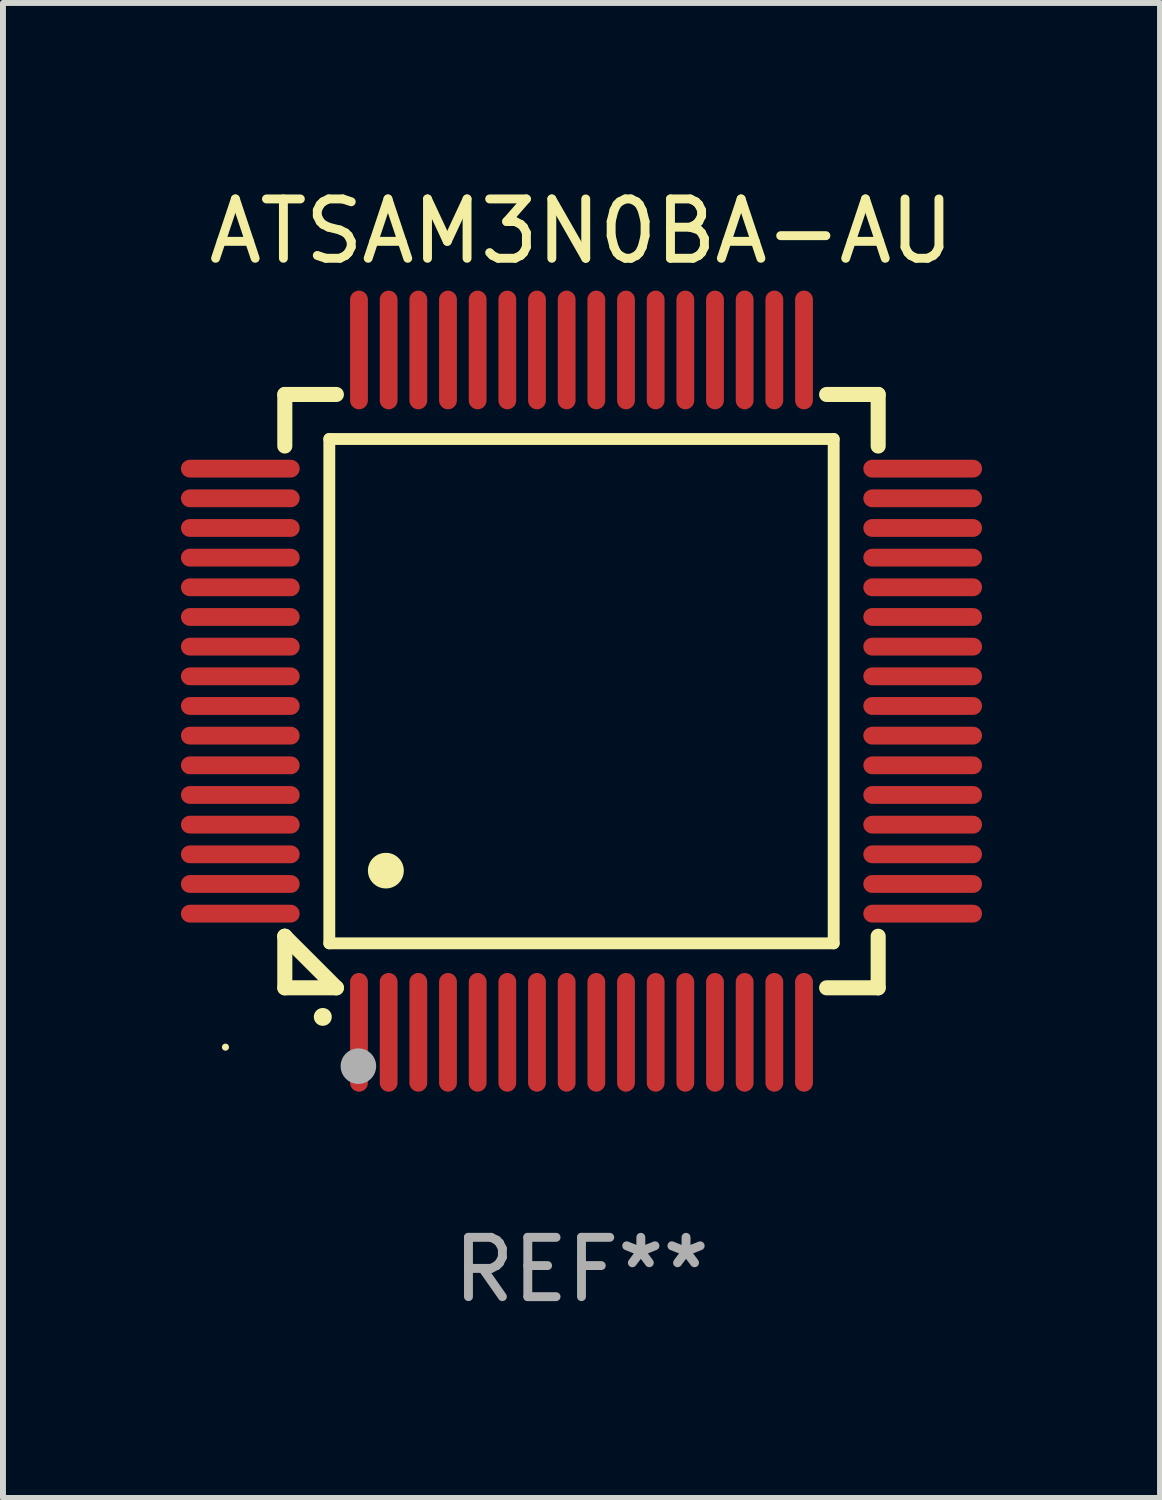
<source format=kicad_pcb>
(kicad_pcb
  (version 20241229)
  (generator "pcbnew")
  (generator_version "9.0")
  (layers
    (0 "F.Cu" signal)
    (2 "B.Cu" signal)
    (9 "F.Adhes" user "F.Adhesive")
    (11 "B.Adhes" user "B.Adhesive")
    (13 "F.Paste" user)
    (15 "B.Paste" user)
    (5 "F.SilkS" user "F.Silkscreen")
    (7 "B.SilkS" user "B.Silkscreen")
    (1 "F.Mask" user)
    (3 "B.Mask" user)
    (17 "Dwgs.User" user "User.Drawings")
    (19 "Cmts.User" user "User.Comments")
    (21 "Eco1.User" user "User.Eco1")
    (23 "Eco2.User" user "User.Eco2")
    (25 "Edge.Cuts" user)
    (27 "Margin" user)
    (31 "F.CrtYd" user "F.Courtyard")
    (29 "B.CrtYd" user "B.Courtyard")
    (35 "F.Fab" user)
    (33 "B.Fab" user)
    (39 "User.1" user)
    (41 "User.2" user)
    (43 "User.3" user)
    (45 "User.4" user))
  (footprint "ATSAM3N0BA-AU"
    (layer "F.Cu")
    (at 6.75 8.598)
    (property "Reference" "ATSAM3N0BA-AU" (at 0 -7.75 0) (layer "F.SilkS") (effects (font (size 1 1) (thickness 0.15))))
    (attr through_hole)
    (fp_line (start -5 -5) (end -4.131 -5) (stroke (width 0.254) (type solid)) (layer "F.SilkS"))
    (fp_line (start -5 -4.131) (end -5 -5) (stroke (width 0.254) (type solid)) (layer "F.SilkS"))
    (fp_line (start -5 4.131) (end -5 4.131) (stroke (width 0.254) (type solid)) (layer "F.SilkS"))
    (fp_line (start -5 5) (end -5 4.131) (stroke (width 0.254) (type solid)) (layer "F.SilkS"))
    (fp_line (start -5 4.131) (end -4.131 5) (stroke (width 0.254) (type solid)) (layer "F.SilkS"))
    (fp_line (start -4.25 -4.25) (end -4.25 4.25) (stroke (width 0.2) (type solid)) (layer "F.SilkS"))
    (fp_line (start -4.25 4.25) (end 4.25 4.25) (stroke (width 0.2) (type solid)) (layer "F.SilkS"))
    (fp_line (start -4.131 5) (end -5 5) (stroke (width 0.254) (type solid)) (layer "F.SilkS"))
    (fp_line (start 4.25 -4.25) (end -4.25 -4.25) (stroke (width 0.2) (type solid)) (layer "F.SilkS"))
    (fp_line (start 4.25 4.25) (end 4.25 -4.25) (stroke (width 0.2) (type solid)) (layer "F.SilkS"))
    (fp_line (start 5 -5) (end 4.131 -5) (stroke (width 0.254) (type solid)) (layer "F.SilkS"))
    (fp_line (start 5 -5) (end 5 -4.131) (stroke (width 0.254) (type solid)) (layer "F.SilkS"))
    (fp_line (start 5 4.131) (end 5 5) (stroke (width 0.254) (type solid)) (layer "F.SilkS"))
    (fp_line (start 5 5) (end 4.131 5) (stroke (width 0.254) (type solid)) (layer "F.SilkS"))
    (fp_arc (start -4.361265 5.489992) (mid -4.359995 5.489987) (end -4.358725 5.489992) (stroke (width 0.3) (type solid)) (layer "F.SilkS"))
    (fp_arc (start -3.299467 3.025146) (mid -3.296927 3.025135) (end -3.294387 3.025146) (stroke (width 0.6) (type solid)) (layer "F.SilkS"))
    (fp_circle (center -6 6) (end -5.97 6) (stroke (width 0.06) (type solid)) (fill no) (layer "F.SilkS"))
    (fp_circle (center -3.76 6.32) (end -3.61 6.32) (stroke (width 0.3) (type solid)) (fill no) (layer "F.Fab"))
    (fp_text user "REF**" (at 0 9.75 0) (layer "F.Fab") (effects (font (size 1 1) (thickness 0.15))))
    (pad "1" smd oval (at -3.75 5.75) (size 0.3 2) (layers "F.Cu" "F.Mask" "F.Paste"))
    (pad "2" smd oval (at -3.25 5.75) (size 0.3 2) (layers "F.Cu" "F.Mask" "F.Paste"))
    (pad "3" smd oval (at -2.75 5.75) (size 0.3 2) (layers "F.Cu" "F.Mask" "F.Paste"))
    (pad "4" smd oval (at -2.25 5.75) (size 0.3 2) (layers "F.Cu" "F.Mask" "F.Paste"))
    (pad "5" smd oval (at -1.75 5.75) (size 0.3 2) (layers "F.Cu" "F.Mask" "F.Paste"))
    (pad "6" smd oval (at -1.25 5.75) (size 0.3 2) (layers "F.Cu" "F.Mask" "F.Paste"))
    (pad "7" smd oval (at -0.75 5.75) (size 0.3 2) (layers "F.Cu" "F.Mask" "F.Paste"))
    (pad "8" smd oval (at -0.25 5.75) (size 0.3 2) (layers "F.Cu" "F.Mask" "F.Paste"))
    (pad "9" smd oval (at 0.25 5.75) (size 0.3 2) (layers "F.Cu" "F.Mask" "F.Paste"))
    (pad "10" smd oval (at 0.75 5.75) (size 0.3 2) (layers "F.Cu" "F.Mask" "F.Paste"))
    (pad "11" smd oval (at 1.25 5.75) (size 0.3 2) (layers "F.Cu" "F.Mask" "F.Paste"))
    (pad "12" smd oval (at 1.75 5.75) (size 0.3 2) (layers "F.Cu" "F.Mask" "F.Paste"))
    (pad "13" smd oval (at 2.25 5.75) (size 0.3 2) (layers "F.Cu" "F.Mask" "F.Paste"))
    (pad "14" smd oval (at 2.75 5.75) (size 0.3 2) (layers "F.Cu" "F.Mask" "F.Paste"))
    (pad "15" smd oval (at 3.25 5.75) (size 0.3 2) (layers "F.Cu" "F.Mask" "F.Paste"))
    (pad "16" smd oval (at 3.75 5.75) (size 0.3 2) (layers "F.Cu" "F.Mask" "F.Paste"))
    (pad "17" smd oval (at 5.75 3.75) (size 2 0.3) (layers "F.Cu" "F.Mask" "F.Paste"))
    (pad "18" smd oval (at 5.75 3.25) (size 2 0.3) (layers "F.Cu" "F.Mask" "F.Paste"))
    (pad "19" smd oval (at 5.75 2.75) (size 2 0.3) (layers "F.Cu" "F.Mask" "F.Paste"))
    (pad "20" smd oval (at 5.75 2.25) (size 2 0.3) (layers "F.Cu" "F.Mask" "F.Paste"))
    (pad "21" smd oval (at 5.75 1.75) (size 2 0.3) (layers "F.Cu" "F.Mask" "F.Paste"))
    (pad "22" smd oval (at 5.75 1.25) (size 2 0.3) (layers "F.Cu" "F.Mask" "F.Paste"))
    (pad "23" smd oval (at 5.75 0.75) (size 2 0.3) (layers "F.Cu" "F.Mask" "F.Paste"))
    (pad "24" smd oval (at 5.75 0.25) (size 2 0.3) (layers "F.Cu" "F.Mask" "F.Paste"))
    (pad "25" smd oval (at 5.75 -0.25) (size 2 0.3) (layers "F.Cu" "F.Mask" "F.Paste"))
    (pad "26" smd oval (at 5.75 -0.75) (size 2 0.3) (layers "F.Cu" "F.Mask" "F.Paste"))
    (pad "27" smd oval (at 5.75 -1.25) (size 2 0.3) (layers "F.Cu" "F.Mask" "F.Paste"))
    (pad "28" smd oval (at 5.75 -1.75) (size 2 0.3) (layers "F.Cu" "F.Mask" "F.Paste"))
    (pad "29" smd oval (at 5.75 -2.25) (size 2 0.3) (layers "F.Cu" "F.Mask" "F.Paste"))
    (pad "30" smd oval (at 5.75 -2.75) (size 2 0.3) (layers "F.Cu" "F.Mask" "F.Paste"))
    (pad "31" smd oval (at 5.75 -3.25) (size 2 0.3) (layers "F.Cu" "F.Mask" "F.Paste"))
    (pad "32" smd oval (at 5.75 -3.75) (size 2 0.3) (layers "F.Cu" "F.Mask" "F.Paste"))
    (pad "33" smd oval (at 3.75 -5.75) (size 0.3 2) (layers "F.Cu" "F.Mask" "F.Paste"))
    (pad "34" smd oval (at 3.25 -5.75) (size 0.3 2) (layers "F.Cu" "F.Mask" "F.Paste"))
    (pad "35" smd oval (at 2.75 -5.75) (size 0.3 2) (layers "F.Cu" "F.Mask" "F.Paste"))
    (pad "36" smd oval (at 2.25 -5.75) (size 0.3 2) (layers "F.Cu" "F.Mask" "F.Paste"))
    (pad "37" smd oval (at 1.75 -5.75) (size 0.3 2) (layers "F.Cu" "F.Mask" "F.Paste"))
    (pad "38" smd oval (at 1.25 -5.75) (size 0.3 2) (layers "F.Cu" "F.Mask" "F.Paste"))
    (pad "39" smd oval (at 0.75 -5.75) (size 0.3 2) (layers "F.Cu" "F.Mask" "F.Paste"))
    (pad "40" smd oval (at 0.25 -5.75) (size 0.3 2) (layers "F.Cu" "F.Mask" "F.Paste"))
    (pad "41" smd oval (at -0.25 -5.75) (size 0.3 2) (layers "F.Cu" "F.Mask" "F.Paste"))
    (pad "42" smd oval (at -0.75 -5.75) (size 0.3 2) (layers "F.Cu" "F.Mask" "F.Paste"))
    (pad "43" smd oval (at -1.25 -5.75) (size 0.3 2) (layers "F.Cu" "F.Mask" "F.Paste"))
    (pad "44" smd oval (at -1.75 -5.75) (size 0.3 2) (layers "F.Cu" "F.Mask" "F.Paste"))
    (pad "45" smd oval (at -2.25 -5.75) (size 0.3 2) (layers "F.Cu" "F.Mask" "F.Paste"))
    (pad "46" smd oval (at -2.75 -5.75) (size 0.3 2) (layers "F.Cu" "F.Mask" "F.Paste"))
    (pad "47" smd oval (at -3.25 -5.75) (size 0.3 2) (layers "F.Cu" "F.Mask" "F.Paste"))
    (pad "48" smd oval (at -3.75 -5.75) (size 0.3 2) (layers "F.Cu" "F.Mask" "F.Paste"))
    (pad "49" smd oval (at -5.75 -3.75) (size 2 0.3) (layers "F.Cu" "F.Mask" "F.Paste"))
    (pad "50" smd oval (at -5.75 -3.25) (size 2 0.3) (layers "F.Cu" "F.Mask" "F.Paste"))
    (pad "51" smd oval (at -5.75 -2.75) (size 2 0.3) (layers "F.Cu" "F.Mask" "F.Paste"))
    (pad "52" smd oval (at -5.75 -2.25) (size 2 0.3) (layers "F.Cu" "F.Mask" "F.Paste"))
    (pad "53" smd oval (at -5.75 -1.75) (size 2 0.3) (layers "F.Cu" "F.Mask" "F.Paste"))
    (pad "54" smd oval (at -5.75 -1.25) (size 2 0.3) (layers "F.Cu" "F.Mask" "F.Paste"))
    (pad "55" smd oval (at -5.75 -0.75) (size 2 0.3) (layers "F.Cu" "F.Mask" "F.Paste"))
    (pad "56" smd oval (at -5.75 -0.25) (size 2 0.3) (layers "F.Cu" "F.Mask" "F.Paste"))
    (pad "57" smd oval (at -5.75 0.25) (size 2 0.3) (layers "F.Cu" "F.Mask" "F.Paste"))
    (pad "58" smd oval (at -5.75 0.75) (size 2 0.3) (layers "F.Cu" "F.Mask" "F.Paste"))
    (pad "59" smd oval (at -5.75 1.25) (size 2 0.3) (layers "F.Cu" "F.Mask" "F.Paste"))
    (pad "60" smd oval (at -5.75 1.75) (size 2 0.3) (layers "F.Cu" "F.Mask" "F.Paste"))
    (pad "61" smd oval (at -5.75 2.25) (size 2 0.3) (layers "F.Cu" "F.Mask" "F.Paste"))
    (pad "62" smd oval (at -5.75 2.75) (size 2 0.3) (layers "F.Cu" "F.Mask" "F.Paste"))
    (pad "63" smd oval (at -5.75 3.25) (size 2 0.3) (layers "F.Cu" "F.Mask" "F.Paste"))
    (pad "64" smd oval (at -5.75 3.75) (size 2 0.3) (layers "F.Cu" "F.Mask" "F.Paste")))
  (gr_rect
    (start -3 -3)
    (end 16.5 22.196)
    (stroke (width 0.1) (type default))
    (fill no)
    (layer "Edge.Cuts")))
</source>
